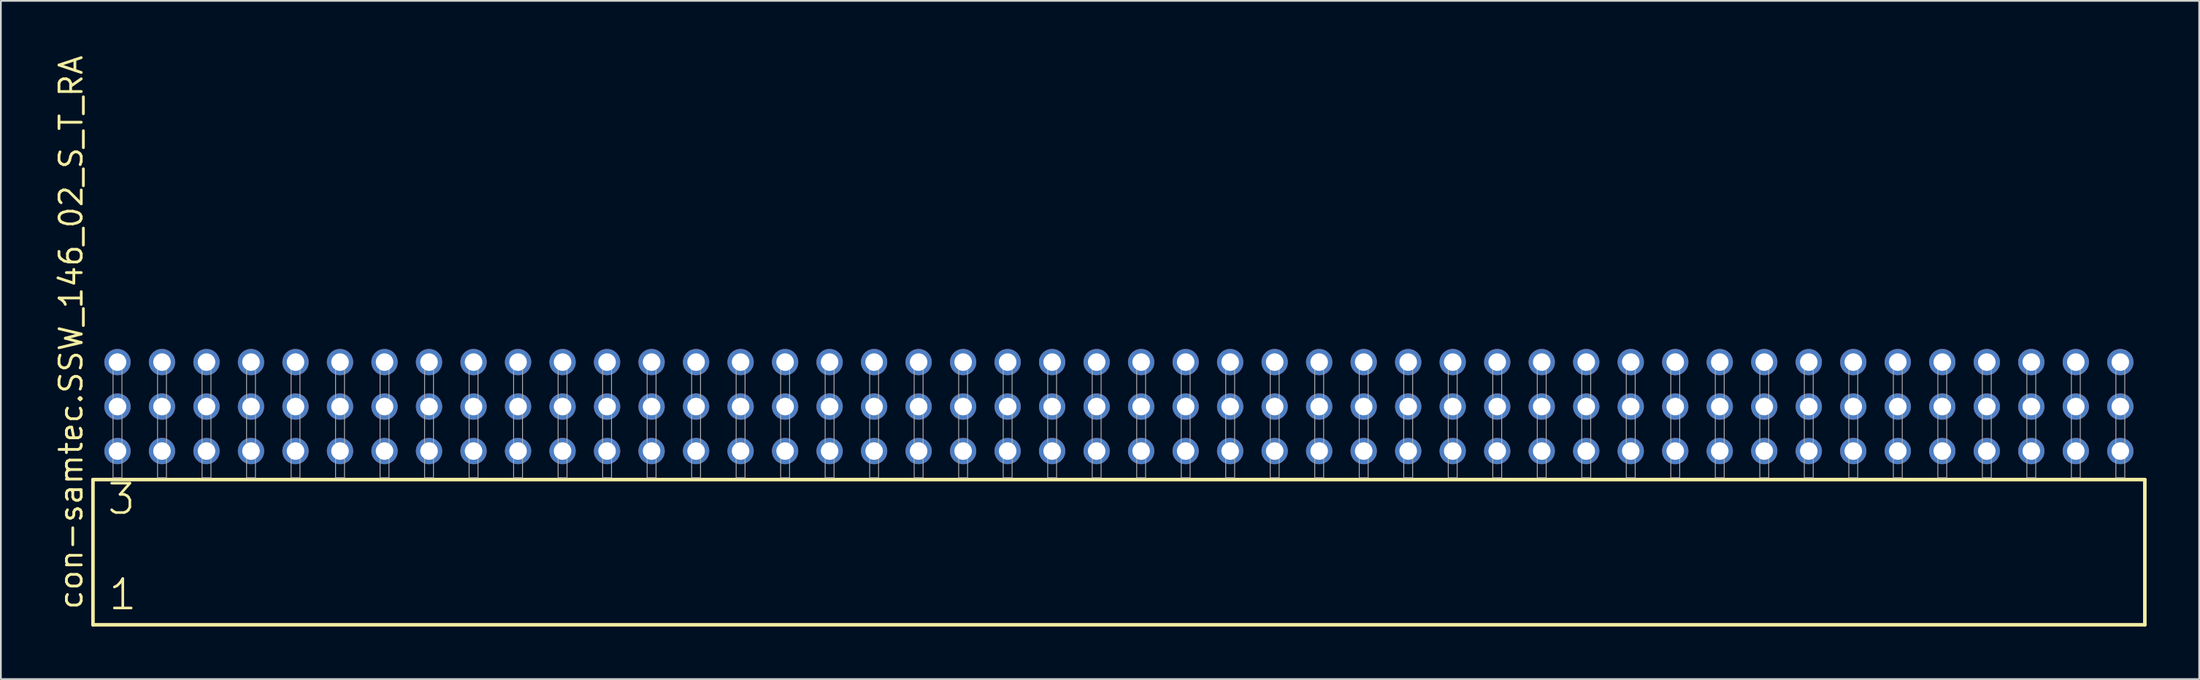
<source format=kicad_pcb>
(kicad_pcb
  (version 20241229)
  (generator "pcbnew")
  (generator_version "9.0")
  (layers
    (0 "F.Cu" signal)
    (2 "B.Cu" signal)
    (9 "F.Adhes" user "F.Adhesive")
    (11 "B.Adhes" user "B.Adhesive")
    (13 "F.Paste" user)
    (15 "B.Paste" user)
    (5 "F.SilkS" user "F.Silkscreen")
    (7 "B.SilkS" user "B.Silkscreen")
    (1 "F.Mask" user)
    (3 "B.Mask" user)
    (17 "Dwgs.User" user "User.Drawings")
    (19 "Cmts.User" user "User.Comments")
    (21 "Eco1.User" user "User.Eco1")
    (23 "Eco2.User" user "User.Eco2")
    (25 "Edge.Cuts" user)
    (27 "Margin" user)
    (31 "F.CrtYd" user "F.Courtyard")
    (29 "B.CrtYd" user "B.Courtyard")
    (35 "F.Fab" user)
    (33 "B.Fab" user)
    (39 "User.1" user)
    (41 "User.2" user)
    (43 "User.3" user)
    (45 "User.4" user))
  (footprint "con-samtec.SSW_146_02_S_T_RA"
    (layer "F.Cu")
    (at 60.805 24.235)
    (property "Reference" "con-samtec.SSW_146_02_S_T_RA" (at -59.055 7.62 90) (layer "F.SilkS") (effects (font (size 1.27 1.27) (thickness 0.16)) (justify left bottom)))
    (attr through_hole)
    (fp_line (start -58.549 0.106) (end -58.549 8.396) (stroke (width 0.203) (type default)) (layer "F.SilkS"))
    (fp_line (start -58.549 8.396) (end 58.549 8.396) (stroke (width 0.203) (type default)) (layer "F.SilkS"))
    (fp_line (start 58.549 0.106) (end -58.549 0.106) (stroke (width 0.203) (type default)) (layer "F.SilkS"))
    (fp_line (start 58.549 8.396) (end 58.549 0.106) (stroke (width 0.203) (type default)) (layer "F.SilkS"))
    (fp_rect (start -57.404 0) (end -56.896 -6.858) (stroke (width 0.05) (type default)) (fill no) (layer "F.Fab"))
    (fp_rect (start -54.864 0) (end -54.356 -6.858) (stroke (width 0.05) (type default)) (fill no) (layer "F.Fab"))
    (fp_rect (start -52.324 0) (end -51.816 -6.858) (stroke (width 0.05) (type default)) (fill no) (layer "F.Fab"))
    (fp_rect (start -49.784 0) (end -49.276 -6.858) (stroke (width 0.05) (type default)) (fill no) (layer "F.Fab"))
    (fp_rect (start -47.244 0) (end -46.736 -6.858) (stroke (width 0.05) (type default)) (fill no) (layer "F.Fab"))
    (fp_rect (start -44.704 0) (end -44.196 -6.858) (stroke (width 0.05) (type default)) (fill no) (layer "F.Fab"))
    (fp_rect (start -42.164 0) (end -41.656 -6.858) (stroke (width 0.05) (type default)) (fill no) (layer "F.Fab"))
    (fp_rect (start -39.624 0) (end -39.116 -6.858) (stroke (width 0.05) (type default)) (fill no) (layer "F.Fab"))
    (fp_rect (start -37.084 0) (end -36.576 -6.858) (stroke (width 0.05) (type default)) (fill no) (layer "F.Fab"))
    (fp_rect (start -34.544 0) (end -34.036 -6.858) (stroke (width 0.05) (type default)) (fill no) (layer "F.Fab"))
    (fp_rect (start -32.004 0) (end -31.496 -6.858) (stroke (width 0.05) (type default)) (fill no) (layer "F.Fab"))
    (fp_rect (start -29.464 0) (end -28.956 -6.858) (stroke (width 0.05) (type default)) (fill no) (layer "F.Fab"))
    (fp_rect (start -26.924 0) (end -26.416 -6.858) (stroke (width 0.05) (type default)) (fill no) (layer "F.Fab"))
    (fp_rect (start -24.384 0) (end -23.876 -6.858) (stroke (width 0.05) (type default)) (fill no) (layer "F.Fab"))
    (fp_rect (start -21.844 0) (end -21.336 -6.858) (stroke (width 0.05) (type default)) (fill no) (layer "F.Fab"))
    (fp_rect (start -19.304 0) (end -18.796 -6.858) (stroke (width 0.05) (type default)) (fill no) (layer "F.Fab"))
    (fp_rect (start -16.764 0) (end -16.256 -6.858) (stroke (width 0.05) (type default)) (fill no) (layer "F.Fab"))
    (fp_rect (start -14.224 0) (end -13.716 -6.858) (stroke (width 0.05) (type default)) (fill no) (layer "F.Fab"))
    (fp_rect (start -11.684 0) (end -11.176 -6.858) (stroke (width 0.05) (type default)) (fill no) (layer "F.Fab"))
    (fp_rect (start -9.144 0) (end -8.636 -6.858) (stroke (width 0.05) (type default)) (fill no) (layer "F.Fab"))
    (fp_rect (start -6.604 0) (end -6.096 -6.858) (stroke (width 0.05) (type default)) (fill no) (layer "F.Fab"))
    (fp_rect (start -4.064 0) (end -3.556 -6.858) (stroke (width 0.05) (type default)) (fill no) (layer "F.Fab"))
    (fp_rect (start -1.524 0) (end -1.016 -6.858) (stroke (width 0.05) (type default)) (fill no) (layer "F.Fab"))
    (fp_rect (start 1.016 0) (end 1.524 -6.858) (stroke (width 0.05) (type default)) (fill no) (layer "F.Fab"))
    (fp_rect (start 3.556 0) (end 4.064 -6.858) (stroke (width 0.05) (type default)) (fill no) (layer "F.Fab"))
    (fp_rect (start 6.096 0) (end 6.604 -6.858) (stroke (width 0.05) (type default)) (fill no) (layer "F.Fab"))
    (fp_rect (start 8.636 0) (end 9.144 -6.858) (stroke (width 0.05) (type default)) (fill no) (layer "F.Fab"))
    (fp_rect (start 11.176 0) (end 11.684 -6.858) (stroke (width 0.05) (type default)) (fill no) (layer "F.Fab"))
    (fp_rect (start 13.716 0) (end 14.224 -6.858) (stroke (width 0.05) (type default)) (fill no) (layer "F.Fab"))
    (fp_rect (start 16.256 0) (end 16.764 -6.858) (stroke (width 0.05) (type default)) (fill no) (layer "F.Fab"))
    (fp_rect (start 18.796 0) (end 19.304 -6.858) (stroke (width 0.05) (type default)) (fill no) (layer "F.Fab"))
    (fp_rect (start 21.336 0) (end 21.844 -6.858) (stroke (width 0.05) (type default)) (fill no) (layer "F.Fab"))
    (fp_rect (start 23.876 0) (end 24.384 -6.858) (stroke (width 0.05) (type default)) (fill no) (layer "F.Fab"))
    (fp_rect (start 26.416 0) (end 26.924 -6.858) (stroke (width 0.05) (type default)) (fill no) (layer "F.Fab"))
    (fp_rect (start 28.956 0) (end 29.464 -6.858) (stroke (width 0.05) (type default)) (fill no) (layer "F.Fab"))
    (fp_rect (start 31.496 0) (end 32.004 -6.858) (stroke (width 0.05) (type default)) (fill no) (layer "F.Fab"))
    (fp_rect (start 34.036 0) (end 34.544 -6.858) (stroke (width 0.05) (type default)) (fill no) (layer "F.Fab"))
    (fp_rect (start 36.576 0) (end 37.084 -6.858) (stroke (width 0.05) (type default)) (fill no) (layer "F.Fab"))
    (fp_rect (start 39.116 0) (end 39.624 -6.858) (stroke (width 0.05) (type default)) (fill no) (layer "F.Fab"))
    (fp_rect (start 41.656 0) (end 42.164 -6.858) (stroke (width 0.05) (type default)) (fill no) (layer "F.Fab"))
    (fp_rect (start 44.196 0) (end 44.704 -6.858) (stroke (width 0.05) (type default)) (fill no) (layer "F.Fab"))
    (fp_rect (start 46.736 0) (end 47.244 -6.858) (stroke (width 0.05) (type default)) (fill no) (layer "F.Fab"))
    (fp_rect (start 49.276 0) (end 49.784 -6.858) (stroke (width 0.05) (type default)) (fill no) (layer "F.Fab"))
    (fp_rect (start 51.816 0) (end 52.324 -6.858) (stroke (width 0.05) (type default)) (fill no) (layer "F.Fab"))
    (fp_rect (start 54.356 0) (end 54.864 -6.858) (stroke (width 0.05) (type default)) (fill no) (layer "F.Fab"))
    (fp_rect (start 56.896 0) (end 57.404 -6.858) (stroke (width 0.05) (type default)) (fill no) (layer "F.Fab"))
    (fp_text user "1" (at -57.745 7.65 0) (layer "F.SilkS") (effects (font (size 1.676 1.676) (thickness 0.15)) (justify left bottom)))
    (fp_text user "3" (at -57.82 2.2 0) (layer "F.SilkS") (effects (font (size 1.676 1.676) (thickness 0.15)) (justify left bottom)))
    (pad "1" thru_hole circle (at -57.15 -1.524) (size 1.5 1.5) (drill 1) (layers "*.Cu" "*.Mask"))
    (pad "2" thru_hole circle (at -57.15 -4.064) (size 1.5 1.5) (drill 1) (layers "*.Cu" "*.Mask"))
    (pad "3" thru_hole circle (at -57.15 -6.604) (size 1.5 1.5) (drill 1) (layers "*.Cu" "*.Mask"))
    (pad "4" thru_hole circle (at -54.61 -1.524) (size 1.5 1.5) (drill 1) (layers "*.Cu" "*.Mask"))
    (pad "5" thru_hole circle (at -54.61 -4.064) (size 1.5 1.5) (drill 1) (layers "*.Cu" "*.Mask"))
    (pad "6" thru_hole circle (at -54.61 -6.604) (size 1.5 1.5) (drill 1) (layers "*.Cu" "*.Mask"))
    (pad "7" thru_hole circle (at -52.07 -1.524) (size 1.5 1.5) (drill 1) (layers "*.Cu" "*.Mask"))
    (pad "8" thru_hole circle (at -52.07 -4.064) (size 1.5 1.5) (drill 1) (layers "*.Cu" "*.Mask"))
    (pad "9" thru_hole circle (at -52.07 -6.604) (size 1.5 1.5) (drill 1) (layers "*.Cu" "*.Mask"))
    (pad "10" thru_hole circle (at -49.53 -1.524) (size 1.5 1.5) (drill 1) (layers "*.Cu" "*.Mask"))
    (pad "11" thru_hole circle (at -49.53 -4.064) (size 1.5 1.5) (drill 1) (layers "*.Cu" "*.Mask"))
    (pad "12" thru_hole circle (at -49.53 -6.604) (size 1.5 1.5) (drill 1) (layers "*.Cu" "*.Mask"))
    (pad "13" thru_hole circle (at -46.99 -1.524) (size 1.5 1.5) (drill 1) (layers "*.Cu" "*.Mask"))
    (pad "14" thru_hole circle (at -46.99 -4.064) (size 1.5 1.5) (drill 1) (layers "*.Cu" "*.Mask"))
    (pad "15" thru_hole circle (at -46.99 -6.604) (size 1.5 1.5) (drill 1) (layers "*.Cu" "*.Mask"))
    (pad "16" thru_hole circle (at -44.45 -1.524) (size 1.5 1.5) (drill 1) (layers "*.Cu" "*.Mask"))
    (pad "17" thru_hole circle (at -44.45 -4.064) (size 1.5 1.5) (drill 1) (layers "*.Cu" "*.Mask"))
    (pad "18" thru_hole circle (at -44.45 -6.604) (size 1.5 1.5) (drill 1) (layers "*.Cu" "*.Mask"))
    (pad "19" thru_hole circle (at -41.91 -1.524) (size 1.5 1.5) (drill 1) (layers "*.Cu" "*.Mask"))
    (pad "20" thru_hole circle (at -41.91 -4.064) (size 1.5 1.5) (drill 1) (layers "*.Cu" "*.Mask"))
    (pad "21" thru_hole circle (at -41.91 -6.604) (size 1.5 1.5) (drill 1) (layers "*.Cu" "*.Mask"))
    (pad "22" thru_hole circle (at -39.37 -1.524) (size 1.5 1.5) (drill 1) (layers "*.Cu" "*.Mask"))
    (pad "23" thru_hole circle (at -39.37 -4.064) (size 1.5 1.5) (drill 1) (layers "*.Cu" "*.Mask"))
    (pad "24" thru_hole circle (at -39.37 -6.604) (size 1.5 1.5) (drill 1) (layers "*.Cu" "*.Mask"))
    (pad "25" thru_hole circle (at -36.83 -1.524) (size 1.5 1.5) (drill 1) (layers "*.Cu" "*.Mask"))
    (pad "26" thru_hole circle (at -36.83 -4.064) (size 1.5 1.5) (drill 1) (layers "*.Cu" "*.Mask"))
    (pad "27" thru_hole circle (at -36.83 -6.604) (size 1.5 1.5) (drill 1) (layers "*.Cu" "*.Mask"))
    (pad "28" thru_hole circle (at -34.29 -1.524) (size 1.5 1.5) (drill 1) (layers "*.Cu" "*.Mask"))
    (pad "29" thru_hole circle (at -34.29 -4.064) (size 1.5 1.5) (drill 1) (layers "*.Cu" "*.Mask"))
    (pad "30" thru_hole circle (at -34.29 -6.604) (size 1.5 1.5) (drill 1) (layers "*.Cu" "*.Mask"))
    (pad "31" thru_hole circle (at -31.75 -1.524) (size 1.5 1.5) (drill 1) (layers "*.Cu" "*.Mask"))
    (pad "32" thru_hole circle (at -31.75 -4.064) (size 1.5 1.5) (drill 1) (layers "*.Cu" "*.Mask"))
    (pad "33" thru_hole circle (at -31.75 -6.604) (size 1.5 1.5) (drill 1) (layers "*.Cu" "*.Mask"))
    (pad "34" thru_hole circle (at -29.21 -1.524) (size 1.5 1.5) (drill 1) (layers "*.Cu" "*.Mask"))
    (pad "35" thru_hole circle (at -29.21 -4.064) (size 1.5 1.5) (drill 1) (layers "*.Cu" "*.Mask"))
    (pad "36" thru_hole circle (at -29.21 -6.604) (size 1.5 1.5) (drill 1) (layers "*.Cu" "*.Mask"))
    (pad "37" thru_hole circle (at -26.67 -1.524) (size 1.5 1.5) (drill 1) (layers "*.Cu" "*.Mask"))
    (pad "38" thru_hole circle (at -26.67 -4.064) (size 1.5 1.5) (drill 1) (layers "*.Cu" "*.Mask"))
    (pad "39" thru_hole circle (at -26.67 -6.604) (size 1.5 1.5) (drill 1) (layers "*.Cu" "*.Mask"))
    (pad "40" thru_hole circle (at -24.13 -1.524) (size 1.5 1.5) (drill 1) (layers "*.Cu" "*.Mask"))
    (pad "41" thru_hole circle (at -24.13 -4.064) (size 1.5 1.5) (drill 1) (layers "*.Cu" "*.Mask"))
    (pad "42" thru_hole circle (at -24.13 -6.604) (size 1.5 1.5) (drill 1) (layers "*.Cu" "*.Mask"))
    (pad "43" thru_hole circle (at -21.59 -1.524) (size 1.5 1.5) (drill 1) (layers "*.Cu" "*.Mask"))
    (pad "44" thru_hole circle (at -21.59 -4.064) (size 1.5 1.5) (drill 1) (layers "*.Cu" "*.Mask"))
    (pad "45" thru_hole circle (at -21.59 -6.604) (size 1.5 1.5) (drill 1) (layers "*.Cu" "*.Mask"))
    (pad "46" thru_hole circle (at -19.05 -1.524) (size 1.5 1.5) (drill 1) (layers "*.Cu" "*.Mask"))
    (pad "47" thru_hole circle (at -19.05 -4.064) (size 1.5 1.5) (drill 1) (layers "*.Cu" "*.Mask"))
    (pad "48" thru_hole circle (at -19.05 -6.604) (size 1.5 1.5) (drill 1) (layers "*.Cu" "*.Mask"))
    (pad "49" thru_hole circle (at -16.51 -1.524) (size 1.5 1.5) (drill 1) (layers "*.Cu" "*.Mask"))
    (pad "50" thru_hole circle (at -16.51 -4.064) (size 1.5 1.5) (drill 1) (layers "*.Cu" "*.Mask"))
    (pad "51" thru_hole circle (at -16.51 -6.604) (size 1.5 1.5) (drill 1) (layers "*.Cu" "*.Mask"))
    (pad "52" thru_hole circle (at -13.97 -1.524) (size 1.5 1.5) (drill 1) (layers "*.Cu" "*.Mask"))
    (pad "53" thru_hole circle (at -13.97 -4.064) (size 1.5 1.5) (drill 1) (layers "*.Cu" "*.Mask"))
    (pad "54" thru_hole circle (at -13.97 -6.604) (size 1.5 1.5) (drill 1) (layers "*.Cu" "*.Mask"))
    (pad "55" thru_hole circle (at -11.43 -1.524) (size 1.5 1.5) (drill 1) (layers "*.Cu" "*.Mask"))
    (pad "56" thru_hole circle (at -11.43 -4.064) (size 1.5 1.5) (drill 1) (layers "*.Cu" "*.Mask"))
    (pad "57" thru_hole circle (at -11.43 -6.604) (size 1.5 1.5) (drill 1) (layers "*.Cu" "*.Mask"))
    (pad "58" thru_hole circle (at -8.89 -1.524) (size 1.5 1.5) (drill 1) (layers "*.Cu" "*.Mask"))
    (pad "59" thru_hole circle (at -8.89 -4.064) (size 1.5 1.5) (drill 1) (layers "*.Cu" "*.Mask"))
    (pad "60" thru_hole circle (at -8.89 -6.604) (size 1.5 1.5) (drill 1) (layers "*.Cu" "*.Mask"))
    (pad "61" thru_hole circle (at -6.35 -1.524) (size 1.5 1.5) (drill 1) (layers "*.Cu" "*.Mask"))
    (pad "62" thru_hole circle (at -6.35 -4.064) (size 1.5 1.5) (drill 1) (layers "*.Cu" "*.Mask"))
    (pad "63" thru_hole circle (at -6.35 -6.604) (size 1.5 1.5) (drill 1) (layers "*.Cu" "*.Mask"))
    (pad "64" thru_hole circle (at -3.81 -1.524) (size 1.5 1.5) (drill 1) (layers "*.Cu" "*.Mask"))
    (pad "65" thru_hole circle (at -3.81 -4.064) (size 1.5 1.5) (drill 1) (layers "*.Cu" "*.Mask"))
    (pad "66" thru_hole circle (at -3.81 -6.604) (size 1.5 1.5) (drill 1) (layers "*.Cu" "*.Mask"))
    (pad "67" thru_hole circle (at -1.27 -1.524) (size 1.5 1.5) (drill 1) (layers "*.Cu" "*.Mask"))
    (pad "68" thru_hole circle (at -1.27 -4.064) (size 1.5 1.5) (drill 1) (layers "*.Cu" "*.Mask"))
    (pad "69" thru_hole circle (at -1.27 -6.604) (size 1.5 1.5) (drill 1) (layers "*.Cu" "*.Mask"))
    (pad "70" thru_hole circle (at 1.27 -1.524) (size 1.5 1.5) (drill 1) (layers "*.Cu" "*.Mask"))
    (pad "71" thru_hole circle (at 1.27 -4.064) (size 1.5 1.5) (drill 1) (layers "*.Cu" "*.Mask"))
    (pad "72" thru_hole circle (at 1.27 -6.604) (size 1.5 1.5) (drill 1) (layers "*.Cu" "*.Mask"))
    (pad "73" thru_hole circle (at 3.81 -1.524) (size 1.5 1.5) (drill 1) (layers "*.Cu" "*.Mask"))
    (pad "74" thru_hole circle (at 3.81 -4.064) (size 1.5 1.5) (drill 1) (layers "*.Cu" "*.Mask"))
    (pad "75" thru_hole circle (at 3.81 -6.604) (size 1.5 1.5) (drill 1) (layers "*.Cu" "*.Mask"))
    (pad "76" thru_hole circle (at 6.35 -1.524) (size 1.5 1.5) (drill 1) (layers "*.Cu" "*.Mask"))
    (pad "77" thru_hole circle (at 6.35 -4.064) (size 1.5 1.5) (drill 1) (layers "*.Cu" "*.Mask"))
    (pad "78" thru_hole circle (at 6.35 -6.604) (size 1.5 1.5) (drill 1) (layers "*.Cu" "*.Mask"))
    (pad "79" thru_hole circle (at 8.89 -1.524) (size 1.5 1.5) (drill 1) (layers "*.Cu" "*.Mask"))
    (pad "80" thru_hole circle (at 8.89 -4.064) (size 1.5 1.5) (drill 1) (layers "*.Cu" "*.Mask"))
    (pad "81" thru_hole circle (at 8.89 -6.604) (size 1.5 1.5) (drill 1) (layers "*.Cu" "*.Mask"))
    (pad "82" thru_hole circle (at 11.43 -1.524) (size 1.5 1.5) (drill 1) (layers "*.Cu" "*.Mask"))
    (pad "83" thru_hole circle (at 11.43 -4.064) (size 1.5 1.5) (drill 1) (layers "*.Cu" "*.Mask"))
    (pad "84" thru_hole circle (at 11.43 -6.604) (size 1.5 1.5) (drill 1) (layers "*.Cu" "*.Mask"))
    (pad "85" thru_hole circle (at 13.97 -1.524) (size 1.5 1.5) (drill 1) (layers "*.Cu" "*.Mask"))
    (pad "86" thru_hole circle (at 13.97 -4.064) (size 1.5 1.5) (drill 1) (layers "*.Cu" "*.Mask"))
    (pad "87" thru_hole circle (at 13.97 -6.604) (size 1.5 1.5) (drill 1) (layers "*.Cu" "*.Mask"))
    (pad "88" thru_hole circle (at 16.51 -1.524) (size 1.5 1.5) (drill 1) (layers "*.Cu" "*.Mask"))
    (pad "89" thru_hole circle (at 16.51 -4.064) (size 1.5 1.5) (drill 1) (layers "*.Cu" "*.Mask"))
    (pad "90" thru_hole circle (at 16.51 -6.604) (size 1.5 1.5) (drill 1) (layers "*.Cu" "*.Mask"))
    (pad "91" thru_hole circle (at 19.05 -1.524) (size 1.5 1.5) (drill 1) (layers "*.Cu" "*.Mask"))
    (pad "92" thru_hole circle (at 19.05 -4.064) (size 1.5 1.5) (drill 1) (layers "*.Cu" "*.Mask"))
    (pad "93" thru_hole circle (at 19.05 -6.604) (size 1.5 1.5) (drill 1) (layers "*.Cu" "*.Mask"))
    (pad "94" thru_hole circle (at 21.59 -1.524) (size 1.5 1.5) (drill 1) (layers "*.Cu" "*.Mask"))
    (pad "95" thru_hole circle (at 21.59 -4.064) (size 1.5 1.5) (drill 1) (layers "*.Cu" "*.Mask"))
    (pad "96" thru_hole circle (at 21.59 -6.604) (size 1.5 1.5) (drill 1) (layers "*.Cu" "*.Mask"))
    (pad "97" thru_hole circle (at 24.13 -1.524) (size 1.5 1.5) (drill 1) (layers "*.Cu" "*.Mask"))
    (pad "98" thru_hole circle (at 24.13 -4.064) (size 1.5 1.5) (drill 1) (layers "*.Cu" "*.Mask"))
    (pad "99" thru_hole circle (at 24.13 -6.604) (size 1.5 1.5) (drill 1) (layers "*.Cu" "*.Mask"))
    (pad "100" thru_hole circle (at 26.67 -1.524) (size 1.5 1.5) (drill 1) (layers "*.Cu" "*.Mask"))
    (pad "101" thru_hole circle (at 26.67 -4.064) (size 1.5 1.5) (drill 1) (layers "*.Cu" "*.Mask"))
    (pad "102" thru_hole circle (at 26.67 -6.604) (size 1.5 1.5) (drill 1) (layers "*.Cu" "*.Mask"))
    (pad "103" thru_hole circle (at 29.21 -1.524) (size 1.5 1.5) (drill 1) (layers "*.Cu" "*.Mask"))
    (pad "104" thru_hole circle (at 29.21 -4.064) (size 1.5 1.5) (drill 1) (layers "*.Cu" "*.Mask"))
    (pad "105" thru_hole circle (at 29.21 -6.604) (size 1.5 1.5) (drill 1) (layers "*.Cu" "*.Mask"))
    (pad "106" thru_hole circle (at 31.75 -1.524) (size 1.5 1.5) (drill 1) (layers "*.Cu" "*.Mask"))
    (pad "107" thru_hole circle (at 31.75 -4.064) (size 1.5 1.5) (drill 1) (layers "*.Cu" "*.Mask"))
    (pad "108" thru_hole circle (at 31.75 -6.604) (size 1.5 1.5) (drill 1) (layers "*.Cu" "*.Mask"))
    (pad "109" thru_hole circle (at 34.29 -1.524) (size 1.5 1.5) (drill 1) (layers "*.Cu" "*.Mask"))
    (pad "110" thru_hole circle (at 34.29 -4.064) (size 1.5 1.5) (drill 1) (layers "*.Cu" "*.Mask"))
    (pad "111" thru_hole circle (at 34.29 -6.604) (size 1.5 1.5) (drill 1) (layers "*.Cu" "*.Mask"))
    (pad "112" thru_hole circle (at 36.83 -1.524) (size 1.5 1.5) (drill 1) (layers "*.Cu" "*.Mask"))
    (pad "113" thru_hole circle (at 36.83 -4.064) (size 1.5 1.5) (drill 1) (layers "*.Cu" "*.Mask"))
    (pad "114" thru_hole circle (at 36.83 -6.604) (size 1.5 1.5) (drill 1) (layers "*.Cu" "*.Mask"))
    (pad "115" thru_hole circle (at 39.37 -1.524) (size 1.5 1.5) (drill 1) (layers "*.Cu" "*.Mask"))
    (pad "116" thru_hole circle (at 39.37 -4.064) (size 1.5 1.5) (drill 1) (layers "*.Cu" "*.Mask"))
    (pad "117" thru_hole circle (at 39.37 -6.604) (size 1.5 1.5) (drill 1) (layers "*.Cu" "*.Mask"))
    (pad "118" thru_hole circle (at 41.91 -1.524) (size 1.5 1.5) (drill 1) (layers "*.Cu" "*.Mask"))
    (pad "119" thru_hole circle (at 41.91 -4.064) (size 1.5 1.5) (drill 1) (layers "*.Cu" "*.Mask"))
    (pad "120" thru_hole circle (at 41.91 -6.604) (size 1.5 1.5) (drill 1) (layers "*.Cu" "*.Mask"))
    (pad "121" thru_hole circle (at 44.45 -1.524) (size 1.5 1.5) (drill 1) (layers "*.Cu" "*.Mask"))
    (pad "122" thru_hole circle (at 44.45 -4.064) (size 1.5 1.5) (drill 1) (layers "*.Cu" "*.Mask"))
    (pad "123" thru_hole circle (at 44.45 -6.604) (size 1.5 1.5) (drill 1) (layers "*.Cu" "*.Mask"))
    (pad "124" thru_hole circle (at 46.99 -1.524) (size 1.5 1.5) (drill 1) (layers "*.Cu" "*.Mask"))
    (pad "125" thru_hole circle (at 46.99 -4.064) (size 1.5 1.5) (drill 1) (layers "*.Cu" "*.Mask"))
    (pad "126" thru_hole circle (at 46.99 -6.604) (size 1.5 1.5) (drill 1) (layers "*.Cu" "*.Mask"))
    (pad "127" thru_hole circle (at 49.53 -1.524) (size 1.5 1.5) (drill 1) (layers "*.Cu" "*.Mask"))
    (pad "128" thru_hole circle (at 49.53 -4.064) (size 1.5 1.5) (drill 1) (layers "*.Cu" "*.Mask"))
    (pad "129" thru_hole circle (at 49.53 -6.604) (size 1.5 1.5) (drill 1) (layers "*.Cu" "*.Mask"))
    (pad "130" thru_hole circle (at 52.07 -1.524) (size 1.5 1.5) (drill 1) (layers "*.Cu" "*.Mask"))
    (pad "131" thru_hole circle (at 52.07 -4.064) (size 1.5 1.5) (drill 1) (layers "*.Cu" "*.Mask"))
    (pad "132" thru_hole circle (at 52.07 -6.604) (size 1.5 1.5) (drill 1) (layers "*.Cu" "*.Mask"))
    (pad "133" thru_hole circle (at 54.61 -1.524) (size 1.5 1.5) (drill 1) (layers "*.Cu" "*.Mask"))
    (pad "134" thru_hole circle (at 54.61 -4.064) (size 1.5 1.5) (drill 1) (layers "*.Cu" "*.Mask"))
    (pad "135" thru_hole circle (at 54.61 -6.604) (size 1.5 1.5) (drill 1) (layers "*.Cu" "*.Mask"))
    (pad "136" thru_hole circle (at 57.15 -1.524) (size 1.5 1.5) (drill 1) (layers "*.Cu" "*.Mask"))
    (pad "137" thru_hole circle (at 57.15 -4.064) (size 1.5 1.5) (drill 1) (layers "*.Cu" "*.Mask"))
    (pad "138" thru_hole circle (at 57.15 -6.604) (size 1.5 1.5) (drill 1) (layers "*.Cu" "*.Mask")))
  (gr_rect
    (start -3 -3)
    (end 122.456 35.733)
    (stroke (width 0.1) (type default))
    (fill no)
    (layer "Edge.Cuts")))
</source>
